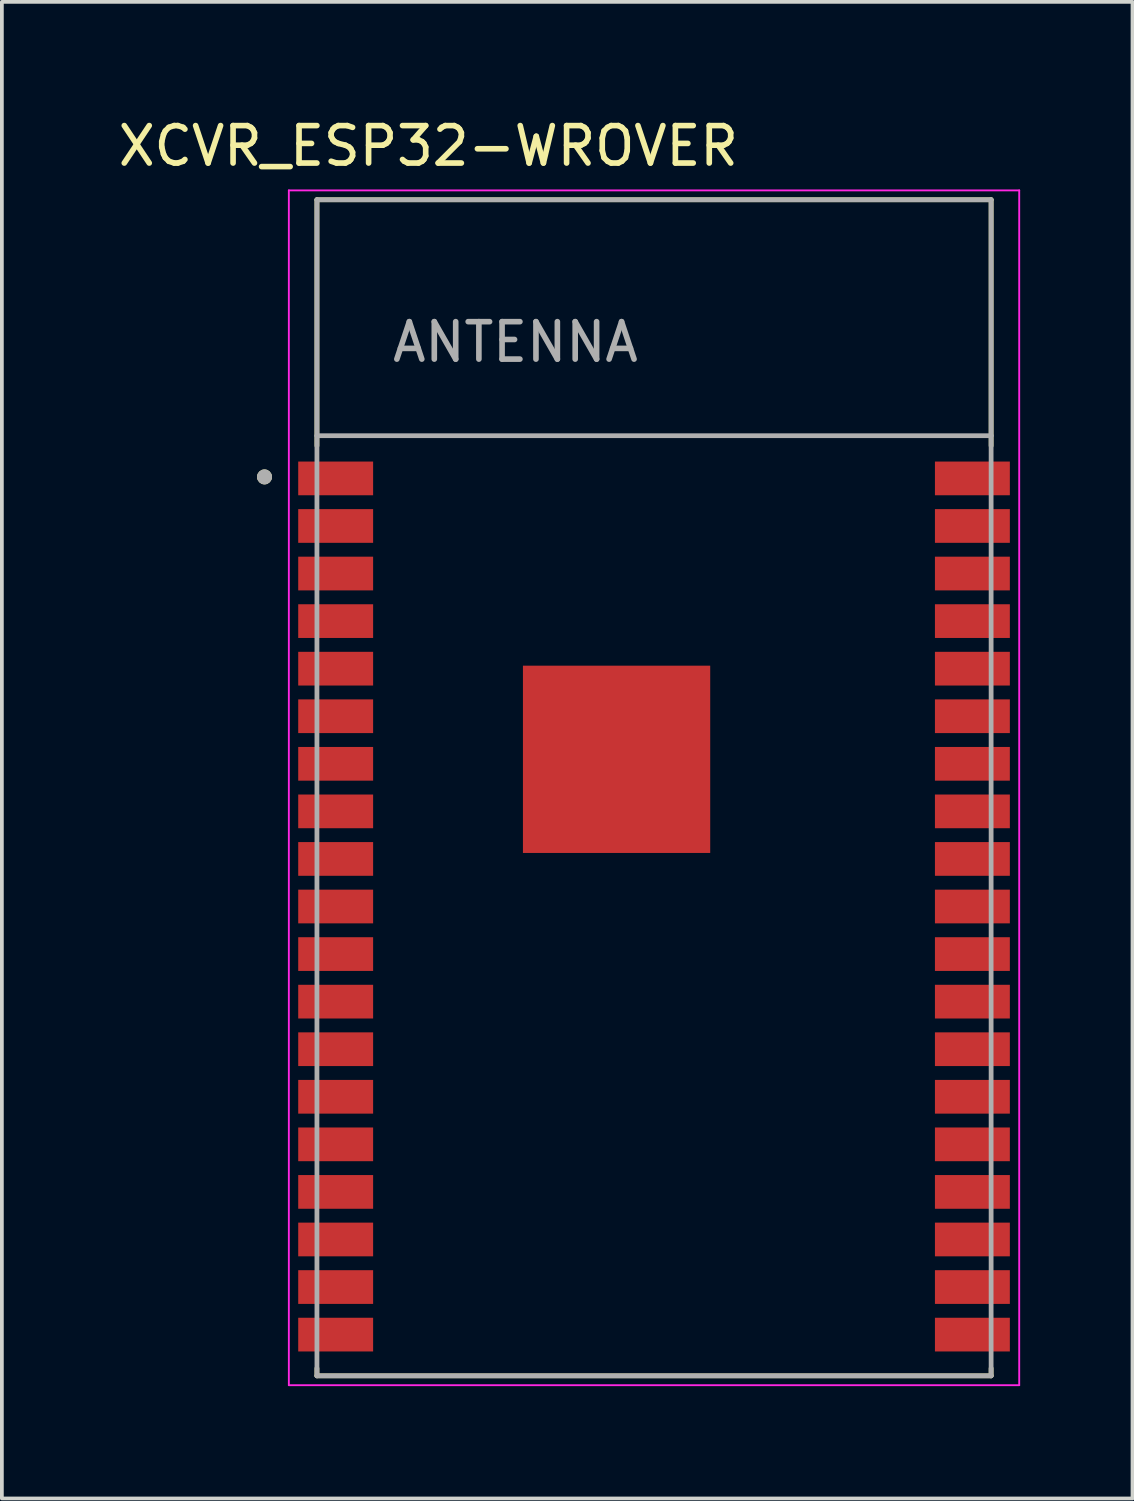
<source format=kicad_pcb>
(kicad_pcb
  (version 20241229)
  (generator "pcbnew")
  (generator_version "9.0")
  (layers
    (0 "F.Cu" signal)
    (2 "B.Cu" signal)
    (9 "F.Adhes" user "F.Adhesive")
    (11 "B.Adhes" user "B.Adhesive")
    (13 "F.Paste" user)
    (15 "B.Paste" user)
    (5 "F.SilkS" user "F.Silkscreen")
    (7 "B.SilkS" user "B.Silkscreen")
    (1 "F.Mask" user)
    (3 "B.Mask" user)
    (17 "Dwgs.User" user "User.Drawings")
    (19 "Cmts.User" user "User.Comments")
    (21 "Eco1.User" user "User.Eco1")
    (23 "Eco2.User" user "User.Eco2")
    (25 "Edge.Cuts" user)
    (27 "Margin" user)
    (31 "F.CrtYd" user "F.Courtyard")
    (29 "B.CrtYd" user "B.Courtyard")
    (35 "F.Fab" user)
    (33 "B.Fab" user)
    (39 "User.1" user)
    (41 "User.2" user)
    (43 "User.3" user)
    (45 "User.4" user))
  (footprint "XCVR_ESP32-WROVER"
    (layer "F.Cu")
    (at 14.412 17.983)
    (property "Reference" "XCVR_ESP32-WROVER" (at -6.025 -17.135 0) (layer "F.SilkS") (effects (font (size 1 1) (thickness 0.15))))
    (attr smd)
    (fp_poly (pts (xy -3.5 -3.26) (xy -2.17 -3.26) (xy -2.17 -1.93) (xy -3.5 -1.93)) (stroke (width 0.01) (type solid)) (fill yes) (layer "F.Mask"))
    (fp_poly (pts (xy -3.5 -1.425) (xy -2.17 -1.425) (xy -2.17 -0.095) (xy -3.5 -0.095)) (stroke (width 0.01) (type solid)) (fill yes) (layer "F.Mask"))
    (fp_poly (pts (xy -3.5 0.41) (xy -2.17 0.41) (xy -2.17 1.74) (xy -3.5 1.74)) (stroke (width 0.01) (type solid)) (fill yes) (layer "F.Mask"))
    (fp_poly (pts (xy -1.665 -3.26) (xy -0.335 -3.26) (xy -0.335 -1.93) (xy -1.665 -1.93)) (stroke (width 0.01) (type solid)) (fill yes) (layer "F.Mask"))
    (fp_poly (pts (xy -1.665 -1.425) (xy -0.335 -1.425) (xy -0.335 -0.095) (xy -1.665 -0.095)) (stroke (width 0.01) (type solid)) (fill yes) (layer "F.Mask"))
    (fp_poly (pts (xy -1.665 0.41) (xy -0.335 0.41) (xy -0.335 1.74) (xy -1.665 1.74)) (stroke (width 0.01) (type solid)) (fill yes) (layer "F.Mask"))
    (fp_poly (pts (xy 0.17 -3.26) (xy 1.5 -3.26) (xy 1.5 -1.93) (xy 0.17 -1.93)) (stroke (width 0.01) (type solid)) (fill yes) (layer "F.Mask"))
    (fp_poly (pts (xy 0.17 -1.425) (xy 1.5 -1.425) (xy 1.5 -0.095) (xy 0.17 -0.095)) (stroke (width 0.01) (type solid)) (fill yes) (layer "F.Mask"))
    (fp_poly (pts (xy 0.17 0.41) (xy 1.5 0.41) (xy 1.5 1.74) (xy 0.17 1.74)) (stroke (width 0.01) (type solid)) (fill yes) (layer "F.Mask"))
    (fp_line (start -9 -15.7) (end 9 -15.7) (stroke (width 0.127) (type solid)) (layer "F.SilkS"))
    (fp_line (start -9 -9.13) (end -9 -15.7) (stroke (width 0.127) (type solid)) (layer "F.SilkS"))
    (fp_line (start -9 15.5) (end -9 15.7) (stroke (width 0.127) (type solid)) (layer "F.SilkS"))
    (fp_line (start -9 15.7) (end 9 15.7) (stroke (width 0.127) (type solid)) (layer "F.SilkS"))
    (fp_line (start 9 -15.7) (end 9 -9.13) (stroke (width 0.127) (type solid)) (layer "F.SilkS"))
    (fp_line (start 9 15.7) (end 9 15.5) (stroke (width 0.127) (type solid)) (layer "F.SilkS"))
    (fp_circle (center -10.4 -8.3) (end -10.3 -8.3) (stroke (width 0.2) (type solid)) (fill no) (layer "F.SilkS"))
    (fp_poly (pts (xy -3.5 -3.26) (xy -2.17 -3.26) (xy -2.17 -1.93) (xy -3.5 -1.93)) (stroke (width 0.01) (type solid)) (fill yes) (layer "F.Paste"))
    (fp_poly (pts (xy -3.5 -1.425) (xy -2.17 -1.425) (xy -2.17 -0.095) (xy -3.5 -0.095)) (stroke (width 0.01) (type solid)) (fill yes) (layer "F.Paste"))
    (fp_poly (pts (xy -3.5 0.41) (xy -2.17 0.41) (xy -2.17 1.74) (xy -3.5 1.74)) (stroke (width 0.01) (type solid)) (fill yes) (layer "F.Paste"))
    (fp_poly (pts (xy -1.665 -3.26) (xy -0.335 -3.26) (xy -0.335 -1.93) (xy -1.665 -1.93)) (stroke (width 0.01) (type solid)) (fill yes) (layer "F.Paste"))
    (fp_poly (pts (xy -1.665 -1.425) (xy -0.335 -1.425) (xy -0.335 -0.095) (xy -1.665 -0.095)) (stroke (width 0.01) (type solid)) (fill yes) (layer "F.Paste"))
    (fp_poly (pts (xy -1.665 0.41) (xy -0.335 0.41) (xy -0.335 1.74) (xy -1.665 1.74)) (stroke (width 0.01) (type solid)) (fill yes) (layer "F.Paste"))
    (fp_poly (pts (xy 0.17 -3.26) (xy 1.5 -3.26) (xy 1.5 -1.93) (xy 0.17 -1.93)) (stroke (width 0.01) (type solid)) (fill yes) (layer "F.Paste"))
    (fp_poly (pts (xy 0.17 -1.425) (xy 1.5 -1.425) (xy 1.5 -0.095) (xy 0.17 -0.095)) (stroke (width 0.01) (type solid)) (fill yes) (layer "F.Paste"))
    (fp_poly (pts (xy 0.17 0.41) (xy 1.5 0.41) (xy 1.5 1.74) (xy 0.17 1.74)) (stroke (width 0.01) (type solid)) (fill yes) (layer "F.Paste"))
    (fp_line (start -9.75 -15.95) (end -9.75 15.95) (stroke (width 0.05) (type solid)) (layer "F.CrtYd"))
    (fp_line (start -9.75 -15.95) (end 9.75 -15.95) (stroke (width 0.05) (type solid)) (layer "F.CrtYd"))
    (fp_line (start -9.75 15.95) (end 9.75 15.95) (stroke (width 0.05) (type solid)) (layer "F.CrtYd"))
    (fp_line (start 9.75 15.95) (end 9.75 -15.95) (stroke (width 0.05) (type solid)) (layer "F.CrtYd"))
    (fp_line (start -9 -15.7) (end 9 -15.7) (stroke (width 0.127) (type solid)) (layer "F.Fab"))
    (fp_line (start -9 -9.4) (end -9 -15.7) (stroke (width 0.127) (type solid)) (layer "F.Fab"))
    (fp_line (start -9 -9.4) (end 9 -9.4) (stroke (width 0.127) (type solid)) (layer "F.Fab"))
    (fp_line (start -9 15.7) (end -9 -9.4) (stroke (width 0.127) (type solid)) (layer "F.Fab"))
    (fp_line (start 9 -15.7) (end 9 -9.4) (stroke (width 0.127) (type solid)) (layer "F.Fab"))
    (fp_line (start 9 -9.4) (end 9 15.7) (stroke (width 0.127) (type solid)) (layer "F.Fab"))
    (fp_line (start 9 15.7) (end -9 15.7) (stroke (width 0.127) (type solid)) (layer "F.Fab"))
    (fp_circle (center -10.4 -8.3) (end -10.3 -8.3) (stroke (width 0.2) (type solid)) (fill no) (layer "F.Fab"))
    (fp_text user "ANTENNA" (at -3.7 -11.9 0) (layer "F.Fab") (effects (font (size 1 1) (thickness 0.15))))
    (pad "1" smd rect (at -8.5 -8.26) (size 2 0.9) (layers "F.Cu" "F.Mask" "F.Paste"))
    (pad "2" smd rect (at -8.5 -6.99) (size 2 0.9) (layers "F.Cu" "F.Mask" "F.Paste"))
    (pad "3" smd rect (at -8.5 -5.72) (size 2 0.9) (layers "F.Cu" "F.Mask" "F.Paste"))
    (pad "4" smd rect (at -8.5 -4.45) (size 2 0.9) (layers "F.Cu" "F.Mask" "F.Paste"))
    (pad "5" smd rect (at -8.5 -3.18) (size 2 0.9) (layers "F.Cu" "F.Mask" "F.Paste"))
    (pad "6" smd rect (at -8.5 -1.91) (size 2 0.9) (layers "F.Cu" "F.Mask" "F.Paste"))
    (pad "7" smd rect (at -8.5 -0.64) (size 2 0.9) (layers "F.Cu" "F.Mask" "F.Paste"))
    (pad "8" smd rect (at -8.5 0.63) (size 2 0.9) (layers "F.Cu" "F.Mask" "F.Paste"))
    (pad "9" smd rect (at -8.5 1.9) (size 2 0.9) (layers "F.Cu" "F.Mask" "F.Paste"))
    (pad "10" smd rect (at -8.5 3.17) (size 2 0.9) (layers "F.Cu" "F.Mask" "F.Paste"))
    (pad "11" smd rect (at -8.5 4.44) (size 2 0.9) (layers "F.Cu" "F.Mask" "F.Paste"))
    (pad "12" smd rect (at -8.5 5.71) (size 2 0.9) (layers "F.Cu" "F.Mask" "F.Paste"))
    (pad "13" smd rect (at -8.5 6.98) (size 2 0.9) (layers "F.Cu" "F.Mask" "F.Paste"))
    (pad "14" smd rect (at -8.5 8.25) (size 2 0.9) (layers "F.Cu" "F.Mask" "F.Paste"))
    (pad "15" smd rect (at -8.5 9.52) (size 2 0.9) (layers "F.Cu" "F.Mask" "F.Paste"))
    (pad "16" smd rect (at -8.5 10.79) (size 2 0.9) (layers "F.Cu" "F.Mask" "F.Paste"))
    (pad "17" smd rect (at -8.5 12.06) (size 2 0.9) (layers "F.Cu" "F.Mask" "F.Paste"))
    (pad "18" smd rect (at -8.5 13.33) (size 2 0.9) (layers "F.Cu" "F.Mask" "F.Paste"))
    (pad "19" smd rect (at -8.5 14.6) (size 2 0.9) (layers "F.Cu" "F.Mask" "F.Paste"))
    (pad "20" smd rect (at 8.5 14.6) (size 2 0.9) (layers "F.Cu" "F.Mask" "F.Paste"))
    (pad "21" smd rect (at 8.5 13.33) (size 2 0.9) (layers "F.Cu" "F.Mask" "F.Paste"))
    (pad "22" smd rect (at 8.5 12.06) (size 2 0.9) (layers "F.Cu" "F.Mask" "F.Paste"))
    (pad "23" smd rect (at 8.5 10.79) (size 2 0.9) (layers "F.Cu" "F.Mask" "F.Paste"))
    (pad "24" smd rect (at 8.5 9.52) (size 2 0.9) (layers "F.Cu" "F.Mask" "F.Paste"))
    (pad "25" smd rect (at 8.5 8.25) (size 2 0.9) (layers "F.Cu" "F.Mask" "F.Paste"))
    (pad "26" smd rect (at 8.5 6.98) (size 2 0.9) (layers "F.Cu" "F.Mask" "F.Paste"))
    (pad "27" smd rect (at 8.5 5.71) (size 2 0.9) (layers "F.Cu" "F.Mask" "F.Paste"))
    (pad "28" smd rect (at 8.5 4.44) (size 2 0.9) (layers "F.Cu" "F.Mask" "F.Paste"))
    (pad "29" smd rect (at 8.5 3.17) (size 2 0.9) (layers "F.Cu" "F.Mask" "F.Paste"))
    (pad "30" smd rect (at 8.5 1.9) (size 2 0.9) (layers "F.Cu" "F.Mask" "F.Paste"))
    (pad "31" smd rect (at 8.5 0.63) (size 2 0.9) (layers "F.Cu" "F.Mask" "F.Paste"))
    (pad "32" smd rect (at 8.5 -0.64) (size 2 0.9) (layers "F.Cu" "F.Mask" "F.Paste"))
    (pad "33" smd rect (at 8.5 -1.91) (size 2 0.9) (layers "F.Cu" "F.Mask" "F.Paste"))
    (pad "34" smd rect (at 8.5 -3.18) (size 2 0.9) (layers "F.Cu" "F.Mask" "F.Paste"))
    (pad "35" smd rect (at 8.5 -4.45) (size 2 0.9) (layers "F.Cu" "F.Mask" "F.Paste"))
    (pad "36" smd rect (at 8.5 -5.72) (size 2 0.9) (layers "F.Cu" "F.Mask" "F.Paste"))
    (pad "37" smd rect (at 8.5 -6.99) (size 2 0.9) (layers "F.Cu" "F.Mask" "F.Paste"))
    (pad "38" smd rect (at 8.5 -8.26) (size 2 0.9) (layers "F.Cu" "F.Mask" "F.Paste"))
    (pad "39" smd rect (at -1 -0.76) (size 5 5) (layers "F.Cu")))
  (gr_rect
    (start -3 -3)
    (end 27.187 36.958)
    (stroke (width 0.1) (type default))
    (fill no)
    (layer "Edge.Cuts")))
</source>
